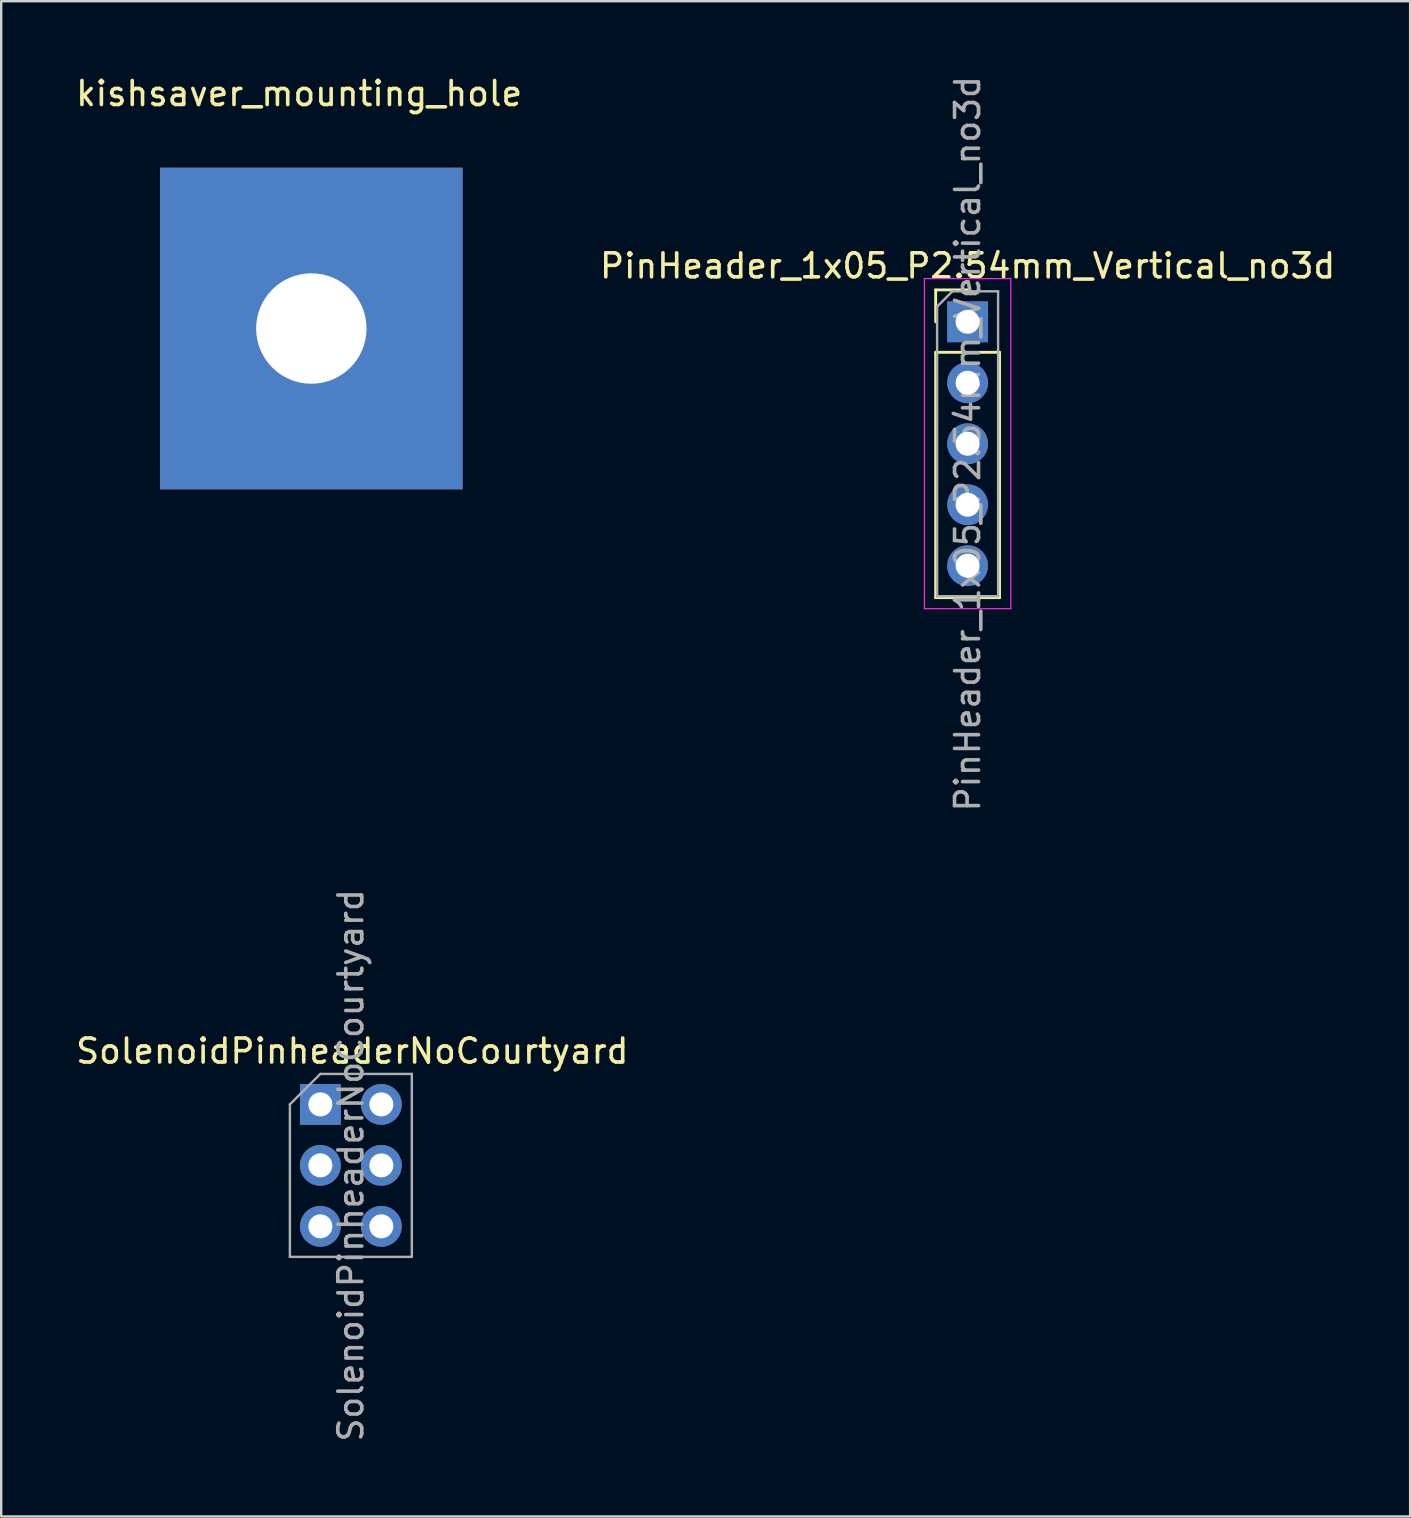
<source format=kicad_pcb>
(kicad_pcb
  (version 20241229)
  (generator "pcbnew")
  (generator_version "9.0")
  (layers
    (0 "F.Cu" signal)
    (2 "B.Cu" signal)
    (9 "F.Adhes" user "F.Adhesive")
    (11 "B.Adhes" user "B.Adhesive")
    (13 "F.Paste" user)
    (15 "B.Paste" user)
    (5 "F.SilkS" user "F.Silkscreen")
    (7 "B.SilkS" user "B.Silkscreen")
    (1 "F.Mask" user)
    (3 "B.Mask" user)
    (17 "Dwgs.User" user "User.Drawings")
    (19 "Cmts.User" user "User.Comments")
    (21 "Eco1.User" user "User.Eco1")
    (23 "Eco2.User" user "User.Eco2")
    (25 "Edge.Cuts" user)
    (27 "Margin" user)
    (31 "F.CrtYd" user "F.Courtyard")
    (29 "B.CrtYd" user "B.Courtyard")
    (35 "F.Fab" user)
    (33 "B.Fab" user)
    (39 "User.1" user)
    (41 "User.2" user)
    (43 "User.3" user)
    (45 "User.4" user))
  (footprint "SolenoidPinheaderNoCourtyard"
    (layer "F.Cu")
    (at 10.295 42.954)
    (property "Reference" "SolenoidPinheaderNoCourtyard" (at 1.33 -2.22 0) (layer "F.SilkS") (effects (font (size 1 1) (thickness 0.15))))
    (attr through_hole)
    (fp_line (start -1.27 0) (end 0 -1.27) (stroke (width 0.1) (type solid)) (layer "F.Fab"))
    (fp_line (start -1.27 6.35) (end -1.27 0) (stroke (width 0.1) (type solid)) (layer "F.Fab"))
    (fp_line (start 0 -1.27) (end 3.81 -1.27) (stroke (width 0.1) (type solid)) (layer "F.Fab"))
    (fp_line (start 3.81 -1.27) (end 3.81 6.35) (stroke (width 0.1) (type solid)) (layer "F.Fab"))
    (fp_line (start 3.81 6.35) (end -1.27 6.35) (stroke (width 0.1) (type solid)) (layer "F.Fab"))
    (fp_text user "${REFERENCE}" (at 1.27 2.54 270) (layer "F.Fab") (effects (font (size 1 1) (thickness 0.15))))
    (pad "1" thru_hole rect (at 0 0) (size 1.7 1.7) (drill 1) (layers "*.Cu" "*.Mask"))
    (pad "2" thru_hole oval (at 2.54 0) (size 1.7 1.7) (drill 1) (layers "*.Cu" "*.Mask"))
    (pad "3" thru_hole oval (at 0 2.54) (size 1.7 1.7) (drill 1) (layers "*.Cu" "*.Mask"))
    (pad "4" thru_hole oval (at 2.54 2.54) (size 1.7 1.7) (drill 1) (layers "*.Cu" "*.Mask"))
    (pad "5" thru_hole oval (at 0 5.08) (size 1.7 1.7) (drill 1) (layers "*.Cu" "*.Mask"))
    (pad "6" thru_hole oval (at 2.54 5.08) (size 1.7 1.7) (drill 1) (layers "*.Cu" "*.Mask")))
  (footprint "PinHeader_1x05_P2.54mm_Vertical_no3d"
    (layer "F.Cu")
    (at 37.256 10.355)
    (property "Reference" "PinHeader_1x05_P2.54mm_Vertical_no3d" (at 0 -2.33 0) (layer "F.SilkS") (effects (font (size 1 1) (thickness 0.15))))
    (attr through_hole)
    (fp_line (start -1.33 -1.33) (end 0 -1.33) (stroke (width 0.12) (type solid)) (layer "F.SilkS"))
    (fp_line (start -1.33 0) (end -1.33 -1.33) (stroke (width 0.12) (type solid)) (layer "F.SilkS"))
    (fp_line (start -1.33 1.27) (end -1.33 11.49) (stroke (width 0.12) (type solid)) (layer "F.SilkS"))
    (fp_line (start -1.33 1.27) (end 1.33 1.27) (stroke (width 0.12) (type solid)) (layer "F.SilkS"))
    (fp_line (start -1.33 11.49) (end 1.33 11.49) (stroke (width 0.12) (type solid)) (layer "F.SilkS"))
    (fp_line (start 1.33 1.27) (end 1.33 11.49) (stroke (width 0.12) (type solid)) (layer "F.SilkS"))
    (fp_line (start -1.8 -1.8) (end -1.8 11.95) (stroke (width 0.05) (type solid)) (layer "F.CrtYd"))
    (fp_line (start -1.8 11.95) (end 1.8 11.95) (stroke (width 0.05) (type solid)) (layer "F.CrtYd"))
    (fp_line (start 1.8 -1.8) (end -1.8 -1.8) (stroke (width 0.05) (type solid)) (layer "F.CrtYd"))
    (fp_line (start 1.8 11.95) (end 1.8 -1.8) (stroke (width 0.05) (type solid)) (layer "F.CrtYd"))
    (fp_line (start -1.27 -0.635) (end -0.635 -1.27) (stroke (width 0.1) (type solid)) (layer "F.Fab"))
    (fp_line (start -1.27 11.43) (end -1.27 -0.635) (stroke (width 0.1) (type solid)) (layer "F.Fab"))
    (fp_line (start -0.635 -1.27) (end 1.27 -1.27) (stroke (width 0.1) (type solid)) (layer "F.Fab"))
    (fp_line (start 1.27 -1.27) (end 1.27 11.43) (stroke (width 0.1) (type solid)) (layer "F.Fab"))
    (fp_line (start 1.27 11.43) (end -1.27 11.43) (stroke (width 0.1) (type solid)) (layer "F.Fab"))
    (fp_text user "${REFERENCE}" (at 0 5.08 90) (layer "F.Fab") (effects (font (size 1 1) (thickness 0.15))))
    (pad "1" thru_hole rect (at 0 0) (size 1.7 1.7) (drill 1) (layers "*.Cu" "*.Mask"))
    (pad "2" thru_hole oval (at 0 2.54) (size 1.7 1.7) (drill 1) (layers "*.Cu" "*.Mask"))
    (pad "3" thru_hole oval (at 0 5.08) (size 1.7 1.7) (drill 1) (layers "*.Cu" "*.Mask"))
    (pad "4" thru_hole oval (at 0 7.62) (size 1.7 1.7) (drill 1) (layers "*.Cu" "*.Mask"))
    (pad "5" thru_hole oval (at 0 10.16) (size 1.7 1.7) (drill 1) (layers "*.Cu" "*.Mask")))
  (footprint "kishsaver_mounting_hole"
    (layer "F.Cu")
    (at 9.919 10.635)
    (property "Reference" "kishsaver_mounting_hole" (at -0.508 -9.787 0) (layer "F.SilkS") (effects (font (size 1 1) (thickness 0.15))))
    (attr through_hole)
    (pad "1" thru_hole rect (at 0 0) (size 12.6 13.4) (drill 4.6) (layers "*.Cu" "*.Mask")))
  (gr_rect
    (start -3 -3)
    (end 55.69 60.119)
    (stroke (width 0.1) (type default))
    (fill no)
    (layer "Edge.Cuts")))
</source>
